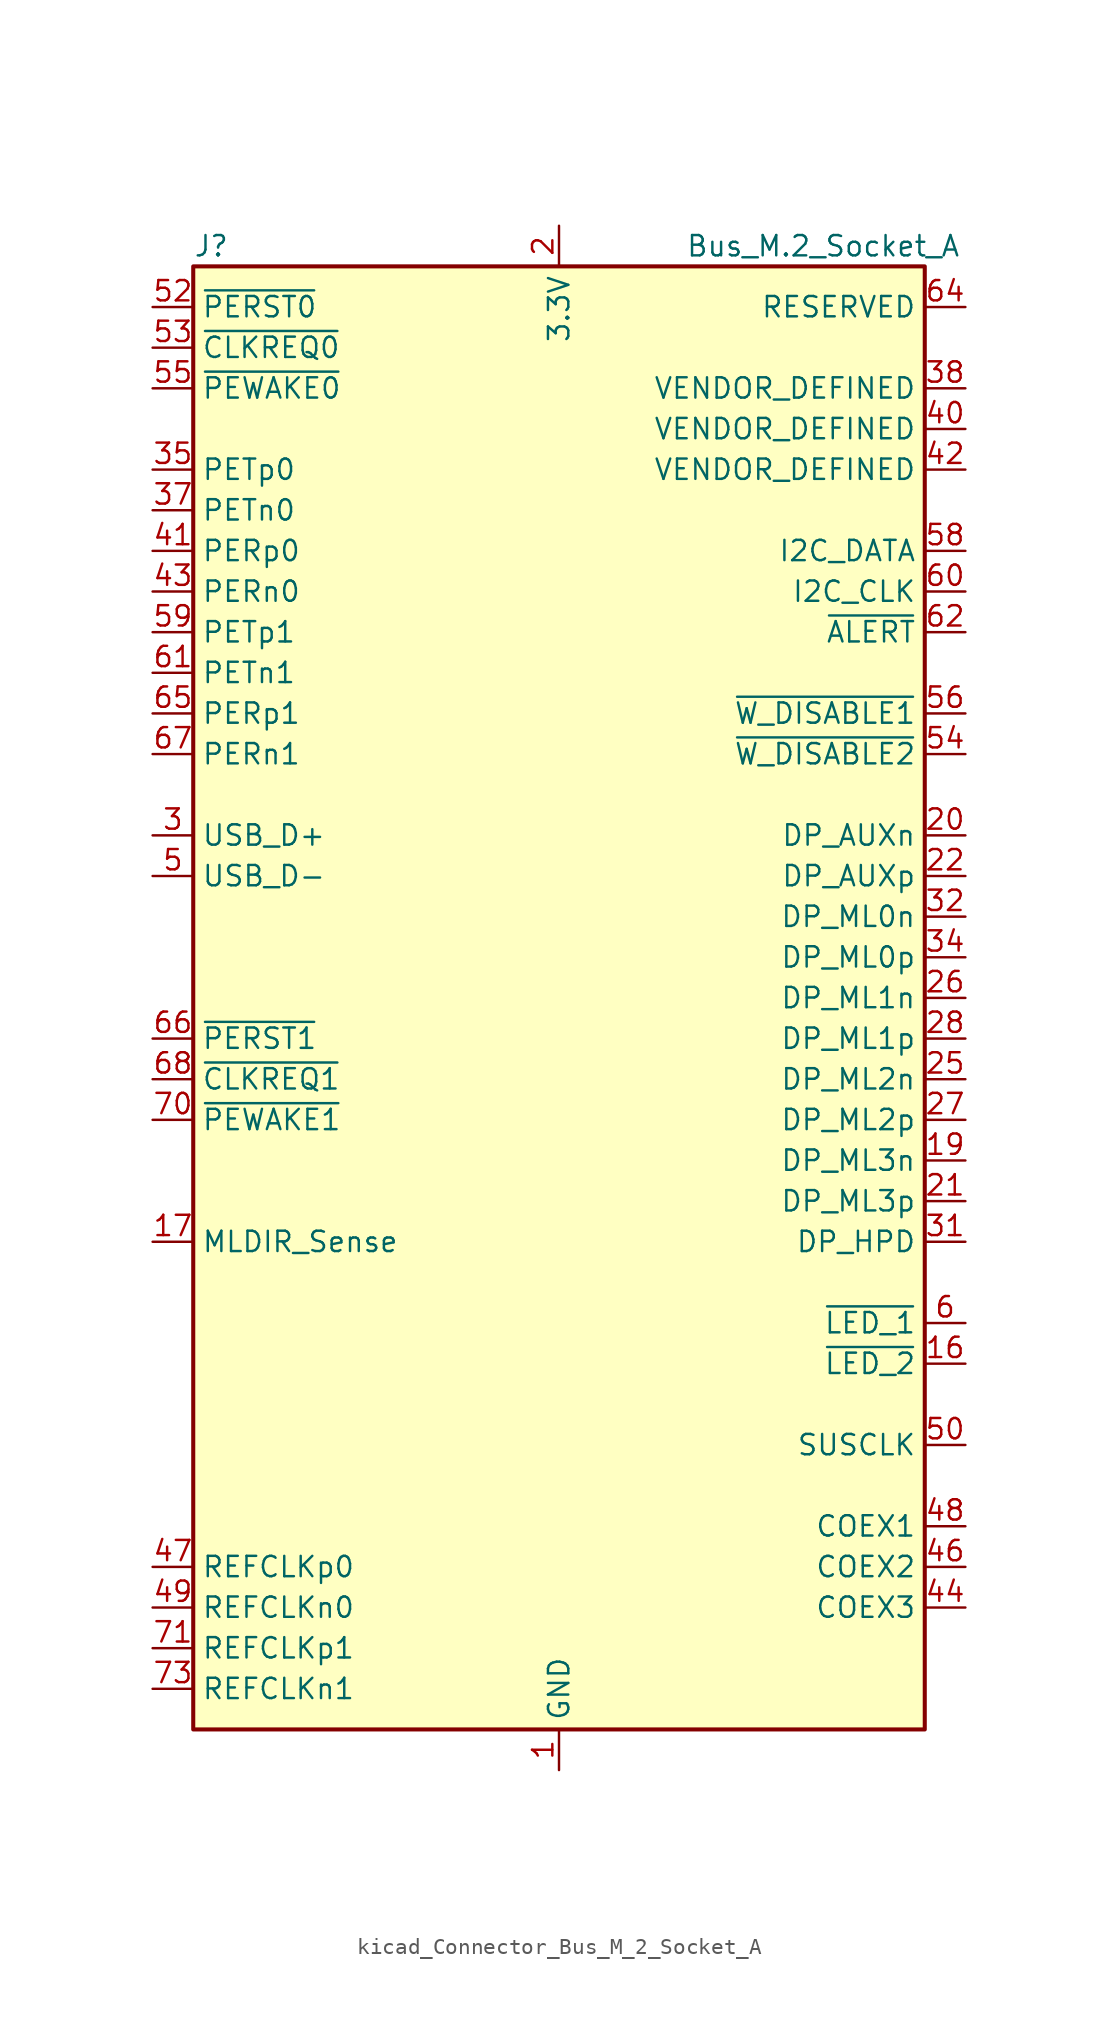
<source format=kicad_sym>
(kicad_symbol_lib
  (version 20220914)
  (generator kicad_symbol_editor)
  (symbol "kicad_Connector_Bus_M_2_Socket_A"
    (property "Reference" "J"
      (at -22.86 46.99 0)
      (effects (font (size 1.27 1.27)) (justify left)))
    (property "Value" "Bus_M.2_Socket_A"
      (at 16.51 46.99 0)
      (effects (font (size 1.27 1.27))))
    (symbol "kicad_Connector_Bus_M_2_Socket_A_0_1"
      (rectangle (start -22.86 45.72) (end 22.86 -45.72) (stroke (width 0.254) (type default)) (fill (type background))))
    (symbol "kicad_Connector_Bus_M_2_Socket_A_1_1"
      (pin power_in line (at 0 -48.26 90) (length 2.54) (name "GND" (effects (font (size 1.27 1.27)))) (number "1" (effects (font (size 1.27 1.27)))))
      (pin open_collector line (at 25.4 -22.86 180) (length 2.54) (name "~{LED_2}" (effects (font (size 1.27 1.27)))) (number "16" (effects (font (size 1.27 1.27)))))
      (pin input line (at -25.4 -15.24 0) (length 2.54) (name "MLDIR_Sense" (effects (font (size 1.27 1.27)))) (number "17" (effects (font (size 1.27 1.27)))))
      (pin passive line (at 0 -48.26 90) (length 2.54) hide (name "GND" (effects (font (size 1.27 1.27)))) (number "18" (effects (font (size 1.27 1.27)))))
      (pin bidirectional line (at 25.4 -10.16 180) (length 2.54) (name "DP_ML3n" (effects (font (size 1.27 1.27)))) (number "19" (effects (font (size 1.27 1.27)))))
      (pin power_in line (at 0 48.26 270) (length 2.54) (name "3.3V" (effects (font (size 1.27 1.27)))) (number "2" (effects (font (size 1.27 1.27)))))
      (pin bidirectional line (at 25.4 10.16 180) (length 2.54) (name "DP_AUXn" (effects (font (size 1.27 1.27)))) (number "20" (effects (font (size 1.27 1.27)))))
      (pin bidirectional line (at 25.4 -12.7 180) (length 2.54) (name "DP_ML3p" (effects (font (size 1.27 1.27)))) (number "21" (effects (font (size 1.27 1.27)))))
      (pin bidirectional line (at 25.4 7.62 180) (length 2.54) (name "DP_AUXp" (effects (font (size 1.27 1.27)))) (number "22" (effects (font (size 1.27 1.27)))))
      (pin passive line (at 0 -48.26 90) (length 2.54) hide (name "GND" (effects (font (size 1.27 1.27)))) (number "23" (effects (font (size 1.27 1.27)))))
      (pin passive line (at 0 -48.26 90) (length 2.54) hide (name "GND" (effects (font (size 1.27 1.27)))) (number "24" (effects (font (size 1.27 1.27)))))
      (pin bidirectional line (at 25.4 -5.08 180) (length 2.54) (name "DP_ML2n" (effects (font (size 1.27 1.27)))) (number "25" (effects (font (size 1.27 1.27)))))
      (pin bidirectional line (at 25.4 0 180) (length 2.54) (name "DP_ML1n" (effects (font (size 1.27 1.27)))) (number "26" (effects (font (size 1.27 1.27)))))
      (pin bidirectional line (at 25.4 -7.62 180) (length 2.54) (name "DP_ML2p" (effects (font (size 1.27 1.27)))) (number "27" (effects (font (size 1.27 1.27)))))
      (pin bidirectional line (at 25.4 -2.54 180) (length 2.54) (name "DP_ML1p" (effects (font (size 1.27 1.27)))) (number "28" (effects (font (size 1.27 1.27)))))
      (pin passive line (at 0 -48.26 90) (length 2.54) hide (name "GND" (effects (font (size 1.27 1.27)))) (number "29" (effects (font (size 1.27 1.27)))))
      (pin bidirectional line (at -25.4 10.16 0) (length 2.54) (name "USB_D+" (effects (font (size 1.27 1.27)))) (number "3" (effects (font (size 1.27 1.27)))))
      (pin passive line (at 0 -48.26 90) (length 2.54) hide (name "GND" (effects (font (size 1.27 1.27)))) (number "30" (effects (font (size 1.27 1.27)))))
      (pin bidirectional line (at 25.4 -15.24 180) (length 2.54) (name "DP_HPD" (effects (font (size 1.27 1.27)))) (number "31" (effects (font (size 1.27 1.27)))))
      (pin bidirectional line (at 25.4 5.08 180) (length 2.54) (name "DP_ML0n" (effects (font (size 1.27 1.27)))) (number "32" (effects (font (size 1.27 1.27)))))
      (pin passive line (at 0 -48.26 90) (length 2.54) hide (name "GND" (effects (font (size 1.27 1.27)))) (number "33" (effects (font (size 1.27 1.27)))))
      (pin bidirectional line (at 25.4 2.54 180) (length 2.54) (name "DP_ML0p" (effects (font (size 1.27 1.27)))) (number "34" (effects (font (size 1.27 1.27)))))
      (pin output line (at -25.4 33.02 0) (length 2.54) (name "PETp0" (effects (font (size 1.27 1.27)))) (number "35" (effects (font (size 1.27 1.27)))))
      (pin passive line (at 0 -48.26 90) (length 2.54) hide (name "GND" (effects (font (size 1.27 1.27)))) (number "36" (effects (font (size 1.27 1.27)))))
      (pin output line (at -25.4 30.48 0) (length 2.54) (name "PETn0" (effects (font (size 1.27 1.27)))) (number "37" (effects (font (size 1.27 1.27)))))
      (pin passive line (at 25.4 38.1 180) (length 2.54) (name "VENDOR_DEFINED" (effects (font (size 1.27 1.27)))) (number "38" (effects (font (size 1.27 1.27)))))
      (pin passive line (at 0 -48.26 90) (length 2.54) hide (name "GND" (effects (font (size 1.27 1.27)))) (number "39" (effects (font (size 1.27 1.27)))))
      (pin passive line (at 0 48.26 270) (length 2.54) hide (name "3.3V" (effects (font (size 1.27 1.27)))) (number "4" (effects (font (size 1.27 1.27)))))
      (pin passive line (at 25.4 35.56 180) (length 2.54) (name "VENDOR_DEFINED" (effects (font (size 1.27 1.27)))) (number "40" (effects (font (size 1.27 1.27)))))
      (pin input line (at -25.4 27.94 0) (length 2.54) (name "PERp0" (effects (font (size 1.27 1.27)))) (number "41" (effects (font (size 1.27 1.27)))))
      (pin passive line (at 25.4 33.02 180) (length 2.54) (name "VENDOR_DEFINED" (effects (font (size 1.27 1.27)))) (number "42" (effects (font (size 1.27 1.27)))))
      (pin input line (at -25.4 25.4 0) (length 2.54) (name "PERn0" (effects (font (size 1.27 1.27)))) (number "43" (effects (font (size 1.27 1.27)))))
      (pin bidirectional line (at 25.4 -38.1 180) (length 2.54) (name "COEX3" (effects (font (size 1.27 1.27)))) (number "44" (effects (font (size 1.27 1.27)))))
      (pin passive line (at 0 -48.26 90) (length 2.54) hide (name "GND" (effects (font (size 1.27 1.27)))) (number "45" (effects (font (size 1.27 1.27)))))
      (pin bidirectional line (at 25.4 -35.56 180) (length 2.54) (name "COEX2" (effects (font (size 1.27 1.27)))) (number "46" (effects (font (size 1.27 1.27)))))
      (pin output line (at -25.4 -35.56 0) (length 2.54) (name "REFCLKp0" (effects (font (size 1.27 1.27)))) (number "47" (effects (font (size 1.27 1.27)))))
      (pin bidirectional line (at 25.4 -33.02 180) (length 2.54) (name "COEX1" (effects (font (size 1.27 1.27)))) (number "48" (effects (font (size 1.27 1.27)))))
      (pin output line (at -25.4 -38.1 0) (length 2.54) (name "REFCLKn0" (effects (font (size 1.27 1.27)))) (number "49" (effects (font (size 1.27 1.27)))))
      (pin bidirectional line (at -25.4 7.62 0) (length 2.54) (name "USB_D-" (effects (font (size 1.27 1.27)))) (number "5" (effects (font (size 1.27 1.27)))))
      (pin output line (at 25.4 -27.94 180) (length 2.54) (name "SUSCLK" (effects (font (size 1.27 1.27)))) (number "50" (effects (font (size 1.27 1.27)))))
      (pin passive line (at 0 -48.26 90) (length 2.54) hide (name "GND" (effects (font (size 1.27 1.27)))) (number "51" (effects (font (size 1.27 1.27)))))
      (pin output line (at -25.4 43.18 0) (length 2.54) (name "~{PERST0}" (effects (font (size 1.27 1.27)))) (number "52" (effects (font (size 1.27 1.27)))))
      (pin bidirectional line (at -25.4 40.64 0) (length 2.54) (name "~{CLKREQ0}" (effects (font (size 1.27 1.27)))) (number "53" (effects (font (size 1.27 1.27)))))
      (pin output line (at 25.4 15.24 180) (length 2.54) (name "~{W_DISABLE2}" (effects (font (size 1.27 1.27)))) (number "54" (effects (font (size 1.27 1.27)))))
      (pin bidirectional line (at -25.4 38.1 0) (length 2.54) (name "~{PEWAKE0}" (effects (font (size 1.27 1.27)))) (number "55" (effects (font (size 1.27 1.27)))))
      (pin output line (at 25.4 17.78 180) (length 2.54) (name "~{W_DISABLE1}" (effects (font (size 1.27 1.27)))) (number "56" (effects (font (size 1.27 1.27)))))
      (pin passive line (at 0 -48.26 90) (length 2.54) hide (name "GND" (effects (font (size 1.27 1.27)))) (number "57" (effects (font (size 1.27 1.27)))))
      (pin bidirectional line (at 25.4 27.94 180) (length 2.54) (name "I2C_DATA" (effects (font (size 1.27 1.27)))) (number "58" (effects (font (size 1.27 1.27)))))
      (pin output line (at -25.4 22.86 0) (length 2.54) (name "PETp1" (effects (font (size 1.27 1.27)))) (number "59" (effects (font (size 1.27 1.27)))))
      (pin open_collector line (at 25.4 -20.32 180) (length 2.54) (name "~{LED_1}" (effects (font (size 1.27 1.27)))) (number "6" (effects (font (size 1.27 1.27)))))
      (pin output line (at 25.4 25.4 180) (length 2.54) (name "I2C_CLK" (effects (font (size 1.27 1.27)))) (number "60" (effects (font (size 1.27 1.27)))))
      (pin output line (at -25.4 20.32 0) (length 2.54) (name "PETn1" (effects (font (size 1.27 1.27)))) (number "61" (effects (font (size 1.27 1.27)))))
      (pin input line (at 25.4 22.86 180) (length 2.54) (name "~{ALERT}" (effects (font (size 1.27 1.27)))) (number "62" (effects (font (size 1.27 1.27)))))
      (pin passive line (at 0 -48.26 90) (length 2.54) hide (name "GND" (effects (font (size 1.27 1.27)))) (number "63" (effects (font (size 1.27 1.27)))))
      (pin passive line (at 25.4 43.18 180) (length 2.54) (name "RESERVED" (effects (font (size 1.27 1.27)))) (number "64" (effects (font (size 1.27 1.27)))))
      (pin input line (at -25.4 17.78 0) (length 2.54) (name "PERp1" (effects (font (size 1.27 1.27)))) (number "65" (effects (font (size 1.27 1.27)))))
      (pin output line (at -25.4 -2.54 0) (length 2.54) (name "~{PERST1}" (effects (font (size 1.27 1.27)))) (number "66" (effects (font (size 1.27 1.27)))))
      (pin input line (at -25.4 15.24 0) (length 2.54) (name "PERn1" (effects (font (size 1.27 1.27)))) (number "67" (effects (font (size 1.27 1.27)))))
      (pin bidirectional line (at -25.4 -5.08 0) (length 2.54) (name "~{CLKREQ1}" (effects (font (size 1.27 1.27)))) (number "68" (effects (font (size 1.27 1.27)))))
      (pin passive line (at 0 -48.26 90) (length 2.54) hide (name "GND" (effects (font (size 1.27 1.27)))) (number "69" (effects (font (size 1.27 1.27)))))
      (pin passive line (at 0 -48.26 90) (length 2.54) hide (name "GND" (effects (font (size 1.27 1.27)))) (number "7" (effects (font (size 1.27 1.27)))))
      (pin bidirectional line (at -25.4 -7.62 0) (length 2.54) (name "~{PEWAKE1}" (effects (font (size 1.27 1.27)))) (number "70" (effects (font (size 1.27 1.27)))))
      (pin output line (at -25.4 -40.64 0) (length 2.54) (name "REFCLKp1" (effects (font (size 1.27 1.27)))) (number "71" (effects (font (size 1.27 1.27)))))
      (pin passive line (at 0 48.26 270) (length 2.54) hide (name "3.3V" (effects (font (size 1.27 1.27)))) (number "72" (effects (font (size 1.27 1.27)))))
      (pin output line (at -25.4 -43.18 0) (length 2.54) (name "REFCLKn1" (effects (font (size 1.27 1.27)))) (number "73" (effects (font (size 1.27 1.27)))))
      (pin passive line (at 0 48.26 270) (length 2.54) hide (name "3.3V" (effects (font (size 1.27 1.27)))) (number "74" (effects (font (size 1.27 1.27)))))
      (pin passive line (at 0 -48.26 90) (length 2.54) hide (name "GND" (effects (font (size 1.27 1.27)))) (number "75" (effects (font (size 1.27 1.27))))))))
</source>
